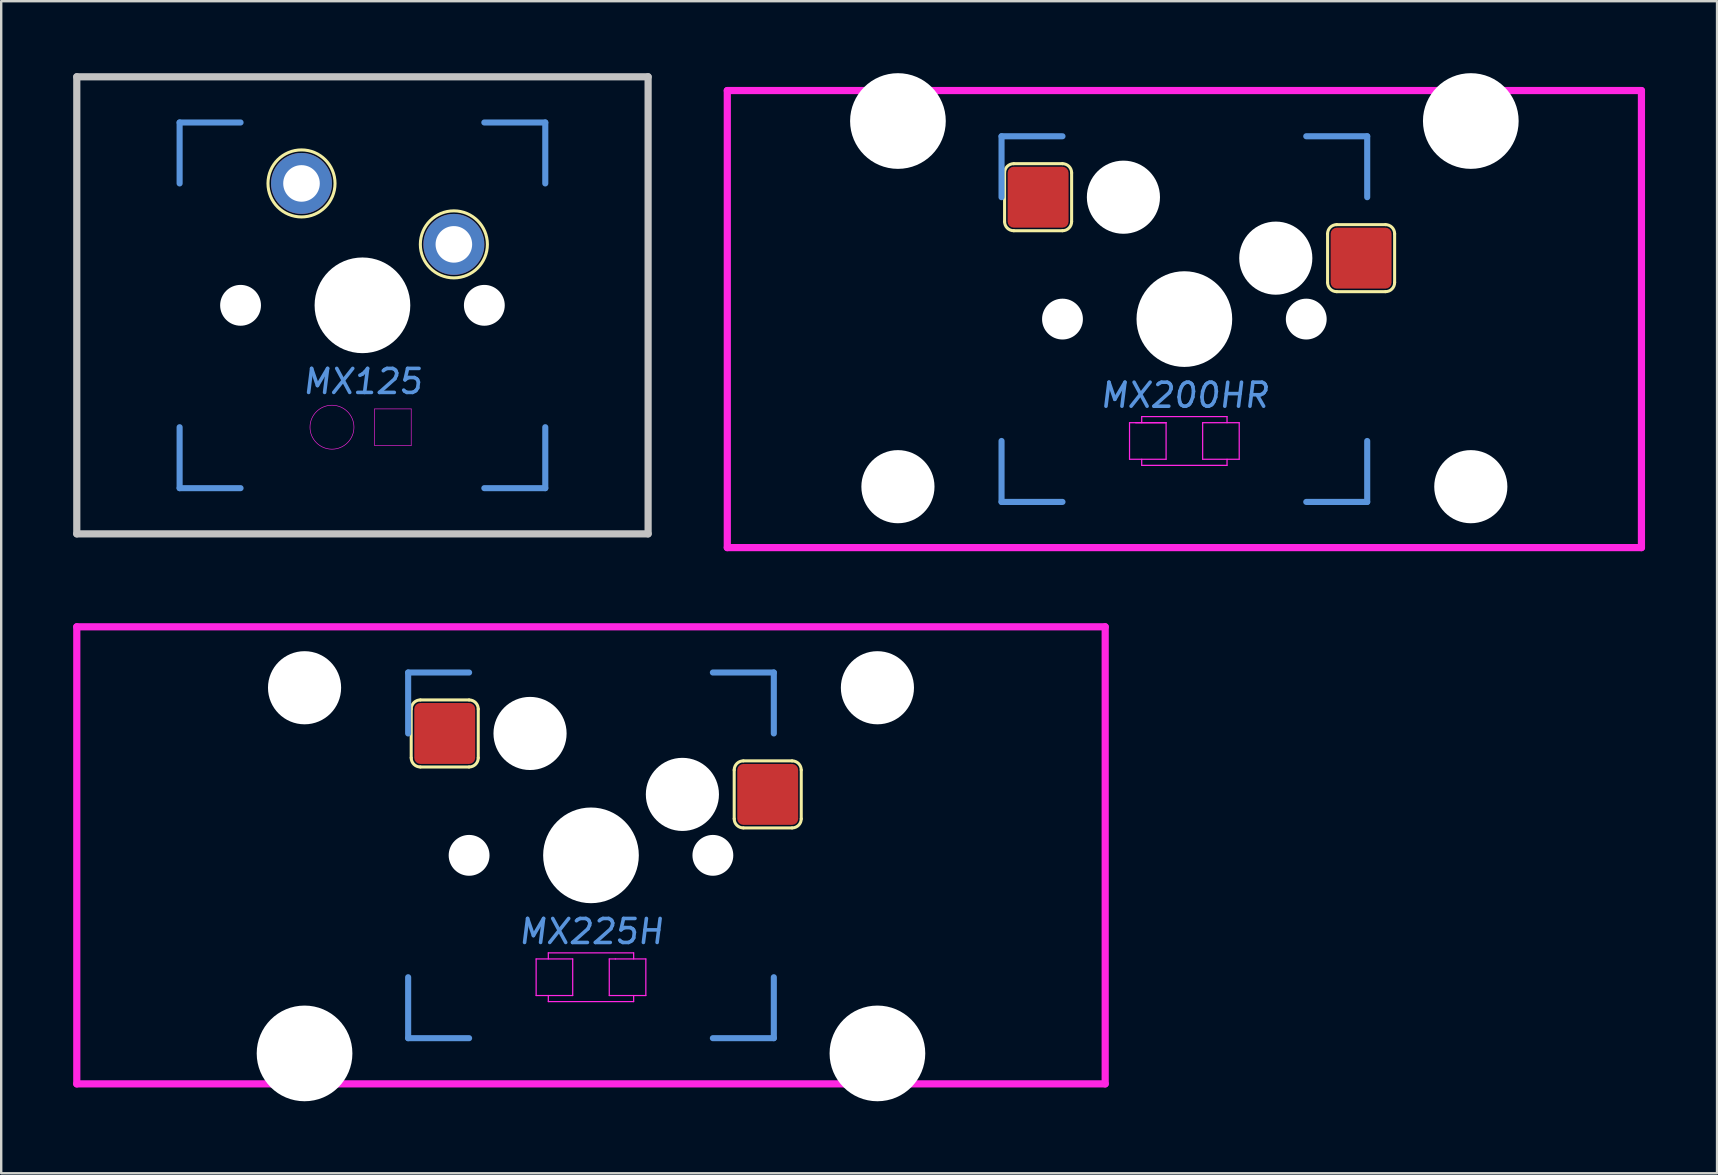
<source format=kicad_pcb>
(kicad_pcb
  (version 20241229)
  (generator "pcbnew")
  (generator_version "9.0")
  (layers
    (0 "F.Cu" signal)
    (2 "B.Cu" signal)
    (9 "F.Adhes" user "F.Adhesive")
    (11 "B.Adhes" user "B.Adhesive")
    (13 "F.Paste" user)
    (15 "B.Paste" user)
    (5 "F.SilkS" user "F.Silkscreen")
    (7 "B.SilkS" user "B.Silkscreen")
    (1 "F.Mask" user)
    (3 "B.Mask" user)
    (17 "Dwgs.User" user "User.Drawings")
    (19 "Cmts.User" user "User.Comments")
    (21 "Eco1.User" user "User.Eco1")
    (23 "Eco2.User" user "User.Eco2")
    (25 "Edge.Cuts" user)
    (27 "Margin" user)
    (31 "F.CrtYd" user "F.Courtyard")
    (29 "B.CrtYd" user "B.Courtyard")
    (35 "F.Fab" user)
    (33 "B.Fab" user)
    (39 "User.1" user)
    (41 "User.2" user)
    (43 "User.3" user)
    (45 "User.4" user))
  (footprint "MX125"
    (layer "F.Cu")
    (at 12.056 9.675)
    (property "Reference" "MX125" (at 0 3.175 0) (layer "Cmts.User") (effects (font (size 1 1) (thickness 0.15) (italic yes))))
    (attr through_hole)
    (fp_circle (center -2.54 -5.08) (end -1.143 -5.08) (stroke (width 0.127) (type solid)) (fill no) (layer "F.SilkS"))
    (fp_circle (center 3.81 -2.54) (end 5.207 -2.54) (stroke (width 0.127) (type solid)) (fill no) (layer "F.SilkS"))
    (fp_line (start -11.906 -9.525) (end -11.906 9.525) (stroke (width 0.3) (type solid)) (layer "Dwgs.User"))
    (fp_line (start -11.906 -9.525) (end 11.906 -9.525) (stroke (width 0.3) (type solid)) (layer "Dwgs.User"))
    (fp_line (start -11.906 9.525) (end 11.906 9.525) (stroke (width 0.3) (type solid)) (layer "Dwgs.User"))
    (fp_line (start 11.906 -9.525) (end 11.906 9.525) (stroke (width 0.3) (type solid)) (layer "Dwgs.User"))
    (fp_line (start -7.62 -7.62) (end -7.62 -5.08) (stroke (width 0.254) (type solid)) (layer "Cmts.User"))
    (fp_line (start -7.62 -7.62) (end -5.08 -7.62) (stroke (width 0.254) (type solid)) (layer "Cmts.User"))
    (fp_line (start -7.62 7.62) (end -7.62 5.08) (stroke (width 0.254) (type solid)) (layer "Cmts.User"))
    (fp_line (start -7.62 7.62) (end -5.08 7.62) (stroke (width 0.254) (type solid)) (layer "Cmts.User"))
    (fp_line (start 7.62 -7.62) (end 5.08 -7.62) (stroke (width 0.254) (type solid)) (layer "Cmts.User"))
    (fp_line (start 7.62 -7.62) (end 7.62 -5.08) (stroke (width 0.254) (type solid)) (layer "Cmts.User"))
    (fp_line (start 7.62 7.62) (end 5.08 7.62) (stroke (width 0.254) (type solid)) (layer "Cmts.User"))
    (fp_line (start 7.62 7.62) (end 7.62 5.08) (stroke (width 0.254) (type solid)) (layer "Cmts.User"))
    (fp_line (start 0.508 4.318) (end 2.032 4.318) (stroke (width 0.025) (type solid)) (layer "F.CrtYd"))
    (fp_line (start 0.508 5.842) (end 0.508 4.318) (stroke (width 0.025) (type solid)) (layer "F.CrtYd"))
    (fp_line (start 2.032 4.318) (end 2.032 5.842) (stroke (width 0.025) (type solid)) (layer "F.CrtYd"))
    (fp_line (start 2.032 5.842) (end 0.508 5.842) (stroke (width 0.025) (type solid)) (layer "F.CrtYd"))
    (fp_circle (center -1.27 5.08) (end -0.508 5.588) (stroke (width 0.025) (type solid)) (fill no) (layer "F.CrtYd"))
    (pad "" np_thru_hole circle (at -5.08 0) (size 1.702 1.702) (drill 1.702) (layers "*.Cu" "*.Mask"))
    (pad "" np_thru_hole circle (at 0 0) (size 3.988 3.988) (drill 3.988) (layers "*.Cu" "*.Mask"))
    (pad "" np_thru_hole circle (at 5.08 0) (size 1.702 1.702) (drill 1.702) (layers "*.Cu" "*.Mask"))
    (pad "1" thru_hole circle (at -2.54 -5.08) (size 2.54 2.54) (drill 1.524) (layers "*.Cu" "*.Mask"))
    (pad "2" thru_hole circle (at 3.81 -2.54) (size 2.54 2.54) (drill 1.524) (layers "*.Cu" "*.Mask")))
  (footprint "MX225H"
    (layer "F.Cu")
    (at 21.581 32.599)
    (property "Reference" "MX225H" (at 0 3.175 0) (layer "Cmts.User") (effects (font (size 1 1) (thickness 0.15) (italic yes))))
    (attr through_hole)
    (fp_line (start -7.493 -6.096) (end -7.493 -4.064) (stroke (width 0.127) (type solid)) (layer "F.SilkS"))
    (fp_line (start -7.112 -3.683) (end -5.08 -3.683) (stroke (width 0.127) (type solid)) (layer "F.SilkS"))
    (fp_line (start -5.08 -6.477) (end -7.112 -6.477) (stroke (width 0.127) (type solid)) (layer "F.SilkS"))
    (fp_line (start -4.699 -4.064) (end -4.699 -6.096) (stroke (width 0.127) (type solid)) (layer "F.SilkS"))
    (fp_line (start 5.969 -3.556) (end 5.969 -1.524) (stroke (width 0.127) (type solid)) (layer "F.SilkS"))
    (fp_line (start 6.35 -1.143) (end 8.382 -1.143) (stroke (width 0.127) (type solid)) (layer "F.SilkS"))
    (fp_line (start 8.382 -3.937) (end 6.35 -3.937) (stroke (width 0.127) (type solid)) (layer "F.SilkS"))
    (fp_line (start 8.763 -1.524) (end 8.763 -3.556) (stroke (width 0.127) (type solid)) (layer "F.SilkS"))
    (fp_arc (start -7.493 -6.096) (mid -7.381408 -6.365408) (end -7.112 -6.477) (stroke (width 0.127) (type solid)) (layer "F.SilkS"))
    (fp_arc (start -7.112 -3.683) (mid -7.381408 -3.794592) (end -7.493 -4.064) (stroke (width 0.127) (type solid)) (layer "F.SilkS"))
    (fp_arc (start -5.08 -6.477) (mid -4.810592 -6.365408) (end -4.699 -6.096) (stroke (width 0.127) (type solid)) (layer "F.SilkS"))
    (fp_arc (start -4.699 -4.064) (mid -4.810592 -3.794592) (end -5.08 -3.683) (stroke (width 0.127) (type solid)) (layer "F.SilkS"))
    (fp_arc (start 5.969 -3.556) (mid 6.080592 -3.825408) (end 6.35 -3.937) (stroke (width 0.127) (type solid)) (layer "F.SilkS"))
    (fp_arc (start 6.35 -1.143) (mid 6.080592 -1.254592) (end 5.969 -1.524) (stroke (width 0.127) (type solid)) (layer "F.SilkS"))
    (fp_arc (start 8.382 -3.937) (mid 8.651408 -3.825408) (end 8.763 -3.556) (stroke (width 0.127) (type solid)) (layer "F.SilkS"))
    (fp_arc (start 8.763 -1.524) (mid 8.651408 -1.254592) (end 8.382 -1.143) (stroke (width 0.127) (type solid)) (layer "F.SilkS"))
    (fp_line (start -7.62 -7.62) (end -7.62 -5.08) (stroke (width 0.254) (type solid)) (layer "Cmts.User"))
    (fp_line (start -7.62 -7.62) (end -5.08 -7.62) (stroke (width 0.254) (type solid)) (layer "Cmts.User"))
    (fp_line (start -7.62 7.62) (end -7.62 5.08) (stroke (width 0.254) (type solid)) (layer "Cmts.User"))
    (fp_line (start -7.62 7.62) (end -5.08 7.62) (stroke (width 0.254) (type solid)) (layer "Cmts.User"))
    (fp_line (start 7.62 -7.62) (end 5.08 -7.62) (stroke (width 0.254) (type solid)) (layer "Cmts.User"))
    (fp_line (start 7.62 -7.62) (end 7.62 -5.08) (stroke (width 0.254) (type solid)) (layer "Cmts.User"))
    (fp_line (start 7.62 7.62) (end 5.08 7.62) (stroke (width 0.254) (type solid)) (layer "Cmts.User"))
    (fp_line (start 7.62 7.62) (end 7.62 5.08) (stroke (width 0.254) (type solid)) (layer "Cmts.User"))
    (fp_line (start -21.431 -9.525) (end -21.431 9.525) (stroke (width 0.3) (type solid)) (layer "F.CrtYd"))
    (fp_line (start -21.431 -9.525) (end 21.431 -9.525) (stroke (width 0.3) (type solid)) (layer "F.CrtYd"))
    (fp_line (start -21.431 9.525) (end 21.431 9.525) (stroke (width 0.3) (type solid)) (layer "F.CrtYd"))
    (fp_line (start -2.286 4.318) (end -0.762 4.318) (stroke (width 0.051) (type solid)) (layer "F.CrtYd"))
    (fp_line (start -2.286 5.842) (end -2.286 4.318) (stroke (width 0.051) (type solid)) (layer "F.CrtYd"))
    (fp_line (start -1.778 4.064) (end 1.778 4.064) (stroke (width 0.051) (type solid)) (layer "F.CrtYd"))
    (fp_line (start -1.778 4.318) (end -1.778 4.064) (stroke (width 0.051) (type solid)) (layer "F.CrtYd"))
    (fp_line (start -1.778 6.096) (end -1.778 5.842) (stroke (width 0.051) (type solid)) (layer "F.CrtYd"))
    (fp_line (start -0.762 4.318) (end -0.762 5.842) (stroke (width 0.051) (type solid)) (layer "F.CrtYd"))
    (fp_line (start -0.762 5.842) (end -2.286 5.842) (stroke (width 0.051) (type solid)) (layer "F.CrtYd"))
    (fp_line (start 0.762 4.318) (end 0.762 5.842) (stroke (width 0.051) (type solid)) (layer "F.CrtYd"))
    (fp_line (start 0.762 5.842) (end 2.286 5.842) (stroke (width 0.051) (type solid)) (layer "F.CrtYd"))
    (fp_line (start 1.016 4.318) (end 0.762 4.318) (stroke (width 0.051) (type solid)) (layer "F.CrtYd"))
    (fp_line (start 1.778 4.064) (end 1.778 4.318) (stroke (width 0.051) (type solid)) (layer "F.CrtYd"))
    (fp_line (start 1.778 5.842) (end 1.778 6.096) (stroke (width 0.051) (type solid)) (layer "F.CrtYd"))
    (fp_line (start 1.778 6.096) (end -1.778 6.096) (stroke (width 0.051) (type solid)) (layer "F.CrtYd"))
    (fp_line (start 2.286 4.318) (end 1.016 4.318) (stroke (width 0.051) (type solid)) (layer "F.CrtYd"))
    (fp_line (start 2.286 5.842) (end 2.286 4.318) (stroke (width 0.051) (type solid)) (layer "F.CrtYd"))
    (fp_line (start 21.431 -9.525) (end 21.431 9.525) (stroke (width 0.3) (type solid)) (layer "F.CrtYd"))
    (pad "" np_thru_hole circle (at -11.938 -6.985) (size 3.048 3.048) (drill 3.048) (layers "*.Cu" "*.Mask"))
    (pad "" np_thru_hole circle (at -11.938 8.255) (size 3.988 3.988) (drill 3.988) (layers "*.Cu" "*.Mask"))
    (pad "" np_thru_hole circle (at -5.08 0) (size 1.702 1.702) (drill 1.702) (layers "*.Cu" "*.Mask"))
    (pad "" np_thru_hole circle (at -2.54 -5.08) (size 3.048 3.048) (drill 3.048) (layers "*.Cu" "*.Mask"))
    (pad "" np_thru_hole circle (at 0 0) (size 3.988 3.988) (drill 3.988) (layers "*.Cu" "*.Mask"))
    (pad "" np_thru_hole circle (at 3.81 -2.54) (size 3.048 3.048) (drill 3.048) (layers "*.Cu" "*.Mask"))
    (pad "" np_thru_hole circle (at 5.08 0) (size 1.702 1.702) (drill 1.702) (layers "*.Cu" "*.Mask"))
    (pad "" np_thru_hole circle (at 11.938 -6.985) (size 3.048 3.048) (drill 3.048) (layers "*.Cu" "*.Mask"))
    (pad "" np_thru_hole circle (at 11.938 8.255) (size 3.988 3.988) (drill 3.988) (layers "*.Cu" "*.Mask"))
    (pad "1" connect roundrect (at -6.096 -5.08) (size 2.54 2.54) (layers "F.Cu" "F.Mask") (roundrect_rratio 0.1))
    (pad "2" connect roundrect (at 7.366 -2.54) (size 2.54 2.54) (layers "F.Cu" "F.Mask") (roundrect_rratio 0.1)))
  (footprint "MX200HR"
    (layer "F.Cu")
    (at 46.312 10.249)
    (property "Reference" "MX200HR" (at 0 3.175 0) (layer "Cmts.User") (effects (font (size 1 1) (thickness 0.15) (italic yes))))
    (attr through_hole)
    (fp_line (start -7.493 -6.096) (end -7.493 -4.064) (stroke (width 0.127) (type solid)) (layer "F.SilkS"))
    (fp_line (start -7.112 -3.683) (end -5.08 -3.683) (stroke (width 0.127) (type solid)) (layer "F.SilkS"))
    (fp_line (start -5.08 -6.477) (end -7.112 -6.477) (stroke (width 0.127) (type solid)) (layer "F.SilkS"))
    (fp_line (start -4.699 -4.064) (end -4.699 -6.096) (stroke (width 0.127) (type solid)) (layer "F.SilkS"))
    (fp_line (start 5.969 -3.556) (end 5.969 -1.524) (stroke (width 0.127) (type solid)) (layer "F.SilkS"))
    (fp_line (start 6.35 -1.143) (end 8.382 -1.143) (stroke (width 0.127) (type solid)) (layer "F.SilkS"))
    (fp_line (start 8.382 -3.937) (end 6.35 -3.937) (stroke (width 0.127) (type solid)) (layer "F.SilkS"))
    (fp_line (start 8.763 -1.524) (end 8.763 -3.556) (stroke (width 0.127) (type solid)) (layer "F.SilkS"))
    (fp_arc (start -7.493 -6.096) (mid -7.381408 -6.365408) (end -7.112 -6.477) (stroke (width 0.127) (type solid)) (layer "F.SilkS"))
    (fp_arc (start -7.112 -3.683) (mid -7.381408 -3.794592) (end -7.493 -4.064) (stroke (width 0.127) (type solid)) (layer "F.SilkS"))
    (fp_arc (start -5.08 -6.477) (mid -4.810592 -6.365408) (end -4.699 -6.096) (stroke (width 0.127) (type solid)) (layer "F.SilkS"))
    (fp_arc (start -4.699 -4.064) (mid -4.810592 -3.794592) (end -5.08 -3.683) (stroke (width 0.127) (type solid)) (layer "F.SilkS"))
    (fp_arc (start 5.969 -3.556) (mid 6.080592 -3.825408) (end 6.35 -3.937) (stroke (width 0.127) (type solid)) (layer "F.SilkS"))
    (fp_arc (start 6.35 -1.143) (mid 6.080592 -1.254592) (end 5.969 -1.524) (stroke (width 0.127) (type solid)) (layer "F.SilkS"))
    (fp_arc (start 8.382 -3.937) (mid 8.651408 -3.825408) (end 8.763 -3.556) (stroke (width 0.127) (type solid)) (layer "F.SilkS"))
    (fp_arc (start 8.763 -1.524) (mid 8.651408 -1.254592) (end 8.382 -1.143) (stroke (width 0.127) (type solid)) (layer "F.SilkS"))
    (fp_line (start -7.62 -7.62) (end -7.62 -5.08) (stroke (width 0.254) (type solid)) (layer "Cmts.User"))
    (fp_line (start -7.62 -7.62) (end -5.08 -7.62) (stroke (width 0.254) (type solid)) (layer "Cmts.User"))
    (fp_line (start -7.62 7.62) (end -7.62 5.08) (stroke (width 0.254) (type solid)) (layer "Cmts.User"))
    (fp_line (start -7.62 7.62) (end -5.08 7.62) (stroke (width 0.254) (type solid)) (layer "Cmts.User"))
    (fp_line (start 7.62 -7.62) (end 5.08 -7.62) (stroke (width 0.254) (type solid)) (layer "Cmts.User"))
    (fp_line (start 7.62 -7.62) (end 7.62 -5.08) (stroke (width 0.254) (type solid)) (layer "Cmts.User"))
    (fp_line (start 7.62 7.62) (end 5.08 7.62) (stroke (width 0.254) (type solid)) (layer "Cmts.User"))
    (fp_line (start 7.62 7.62) (end 7.62 5.08) (stroke (width 0.254) (type solid)) (layer "Cmts.User"))
    (fp_line (start -19.05 -9.525) (end -19.05 9.525) (stroke (width 0.3) (type solid)) (layer "F.CrtYd"))
    (fp_line (start -19.05 -9.525) (end 19.05 -9.525) (stroke (width 0.3) (type solid)) (layer "F.CrtYd"))
    (fp_line (start -19.05 9.525) (end 19.05 9.525) (stroke (width 0.3) (type solid)) (layer "F.CrtYd"))
    (fp_line (start -2.286 5.842) (end -2.286 4.318) (stroke (width 0.051) (type solid)) (layer "F.CrtYd"))
    (fp_line (start -2.032 4.318) (end -0.762 4.318) (stroke (width 0.051) (type solid)) (layer "F.CrtYd"))
    (fp_line (start -1.778 4.064) (end 1.778 4.064) (stroke (width 0.051) (type solid)) (layer "F.CrtYd"))
    (fp_line (start -1.778 4.318) (end -1.778 4.064) (stroke (width 0.051) (type solid)) (layer "F.CrtYd"))
    (fp_line (start -1.778 6.096) (end -1.778 5.842) (stroke (width 0.051) (type solid)) (layer "F.CrtYd"))
    (fp_line (start -0.762 4.318) (end -2.286 4.318) (stroke (width 0.051) (type solid)) (layer "F.CrtYd"))
    (fp_line (start -0.762 4.318) (end -0.762 5.842) (stroke (width 0.051) (type solid)) (layer "F.CrtYd"))
    (fp_line (start -0.762 5.842) (end -2.286 5.842) (stroke (width 0.051) (type solid)) (layer "F.CrtYd"))
    (fp_line (start 0.762 4.318) (end 2.286 4.318) (stroke (width 0.051) (type solid)) (layer "F.CrtYd"))
    (fp_line (start 0.762 5.842) (end 0.762 4.318) (stroke (width 0.051) (type solid)) (layer "F.CrtYd"))
    (fp_line (start 1.778 4.064) (end 1.778 4.318) (stroke (width 0.051) (type solid)) (layer "F.CrtYd"))
    (fp_line (start 1.778 5.842) (end 1.778 6.096) (stroke (width 0.051) (type solid)) (layer "F.CrtYd"))
    (fp_line (start 1.778 6.096) (end -1.778 6.096) (stroke (width 0.051) (type solid)) (layer "F.CrtYd"))
    (fp_line (start 2.286 4.318) (end 2.286 5.842) (stroke (width 0.051) (type solid)) (layer "F.CrtYd"))
    (fp_line (start 2.286 5.842) (end 0.762 5.842) (stroke (width 0.051) (type solid)) (layer "F.CrtYd"))
    (fp_line (start 19.05 -9.525) (end 19.05 9.525) (stroke (width 0.3) (type solid)) (layer "F.CrtYd"))
    (pad "" np_thru_hole circle (at -11.938 -8.255) (size 3.988 3.988) (drill 3.988) (layers "*.Cu" "*.Mask"))
    (pad "" np_thru_hole circle (at -11.938 6.985) (size 3.048 3.048) (drill 3.048) (layers "*.Cu" "*.Mask"))
    (pad "" np_thru_hole circle (at -5.08 0) (size 1.702 1.702) (drill 1.702) (layers "*.Cu" "*.Mask"))
    (pad "" np_thru_hole circle (at -2.54 -5.08) (size 3.048 3.048) (drill 3.048) (layers "*.Cu" "*.Mask"))
    (pad "" np_thru_hole circle (at 0 0) (size 3.988 3.988) (drill 3.988) (layers "*.Cu" "*.Mask"))
    (pad "" np_thru_hole circle (at 3.81 -2.54) (size 3.048 3.048) (drill 3.048) (layers "*.Cu" "*.Mask"))
    (pad "" np_thru_hole circle (at 5.08 0) (size 1.702 1.702) (drill 1.702) (layers "*.Cu" "*.Mask"))
    (pad "" np_thru_hole circle (at 11.938 -8.255) (size 3.988 3.988) (drill 3.988) (layers "*.Cu" "*.Mask"))
    (pad "" np_thru_hole circle (at 11.938 6.985) (size 3.048 3.048) (drill 3.048) (layers "*.Cu" "*.Mask"))
    (pad "1" smd roundrect (at -6.096 -5.08) (size 2.54 2.54) (layers "F.Cu" "F.Mask" "F.Paste") (roundrect_rratio 0.1))
    (pad "2" smd roundrect (at 7.366 -2.54) (size 2.54 2.54) (layers "F.Cu" "F.Mask" "F.Paste") (roundrect_rratio 0.1)))
  (gr_rect
    (start -3 -3)
    (end 68.513 45.848)
    (stroke (width 0.1) (type default))
    (fill no)
    (layer "Edge.Cuts")))
</source>
